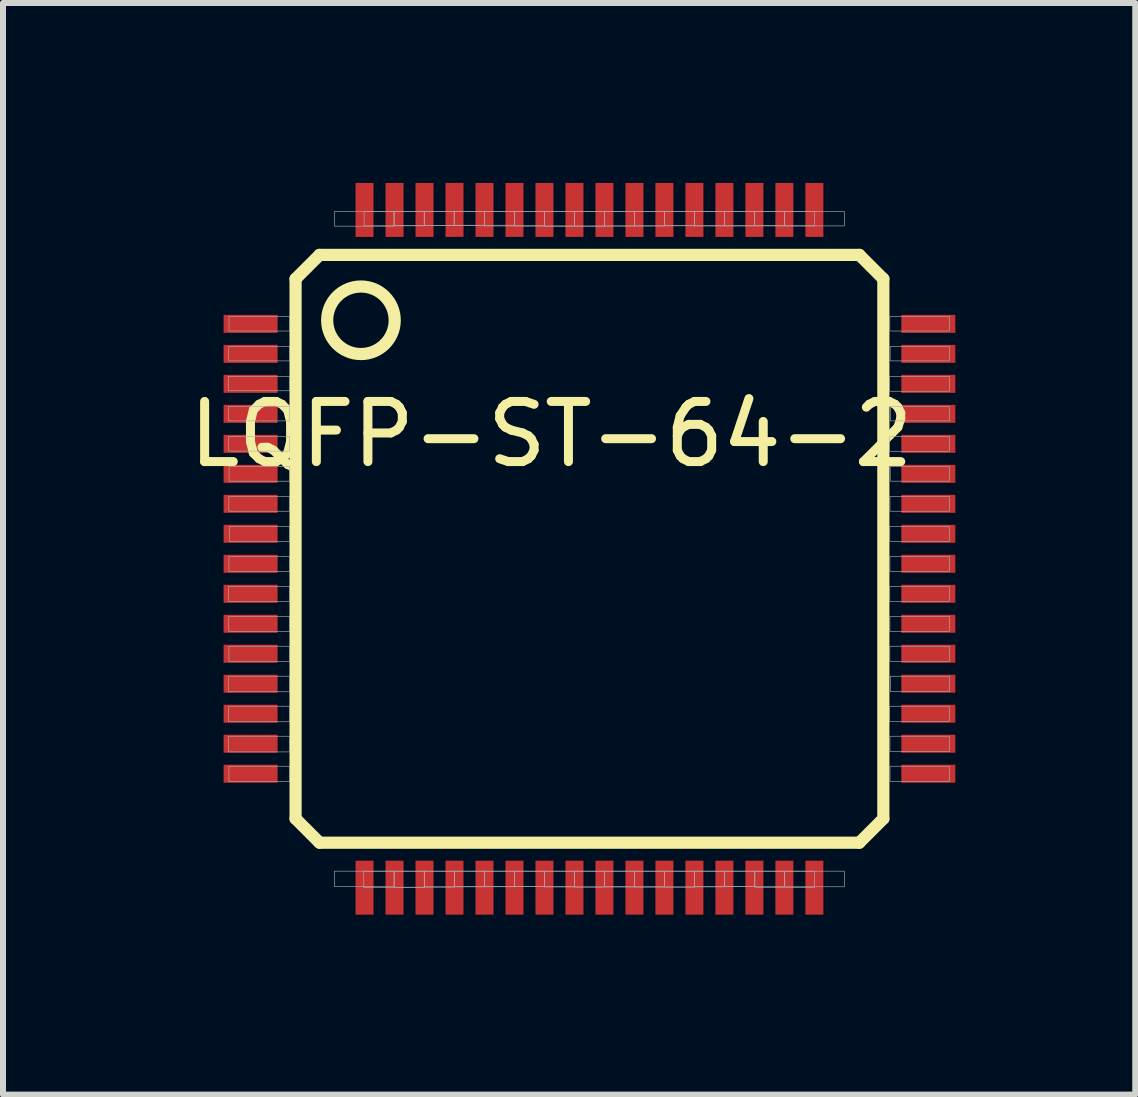
<source format=kicad_pcb>
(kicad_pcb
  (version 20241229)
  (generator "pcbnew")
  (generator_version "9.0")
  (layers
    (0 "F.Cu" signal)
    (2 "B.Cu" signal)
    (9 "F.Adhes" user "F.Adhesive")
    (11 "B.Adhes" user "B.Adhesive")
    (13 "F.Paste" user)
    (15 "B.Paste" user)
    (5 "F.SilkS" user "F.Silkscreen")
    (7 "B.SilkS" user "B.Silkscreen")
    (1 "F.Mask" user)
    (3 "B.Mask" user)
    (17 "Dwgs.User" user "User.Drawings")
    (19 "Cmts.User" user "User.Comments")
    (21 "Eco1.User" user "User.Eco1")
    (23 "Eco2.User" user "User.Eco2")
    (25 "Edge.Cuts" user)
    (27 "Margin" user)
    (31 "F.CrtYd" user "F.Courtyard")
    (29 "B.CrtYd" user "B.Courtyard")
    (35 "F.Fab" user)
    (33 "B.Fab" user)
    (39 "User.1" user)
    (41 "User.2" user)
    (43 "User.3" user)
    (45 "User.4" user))
  (footprint "LQFP-ST-64-2"
    (layer "F.Cu")
    (at 6.778 6.1)
    (property "Reference" "LQFP-ST-64-2" (at -0.637 -1.91 0) (layer "F.SilkS") (effects (font (size 1.003 1.003) (thickness 0.15))))
    (attr smd)
    (fp_line (start -4.9 -4.5) (end -4.5 -4.9) (stroke (width 0.203) (type solid)) (layer "F.SilkS"))
    (fp_line (start -4.9 4.5) (end -4.9 -4.5) (stroke (width 0.203) (type solid)) (layer "F.SilkS"))
    (fp_line (start -4.5 -4.9) (end 4.5 -4.9) (stroke (width 0.203) (type solid)) (layer "F.SilkS"))
    (fp_line (start -4.5 4.9) (end -4.9 4.5) (stroke (width 0.203) (type solid)) (layer "F.SilkS"))
    (fp_line (start 4.5 -4.9) (end 4.9 -4.5) (stroke (width 0.203) (type solid)) (layer "F.SilkS"))
    (fp_line (start 4.5 4.9) (end -4.5 4.9) (stroke (width 0.203) (type solid)) (layer "F.SilkS"))
    (fp_line (start 4.9 -4.5) (end 4.9 4.5) (stroke (width 0.203) (type solid)) (layer "F.SilkS"))
    (fp_line (start 4.9 4.5) (end 4.5 4.9) (stroke (width 0.203) (type solid)) (layer "F.SilkS"))
    (fp_circle (center -3.81 -3.81) (end -3.247 -3.81) (stroke (width 0.203) (type solid)) (fill no) (layer "F.SilkS"))
    (fp_poly (pts (xy -6.023 2.125) (xy -5 2.125) (xy -5 2.384) (xy -6.023 2.384)) (stroke (width 0.01) (type solid)) (fill no) (layer "F.Fab"))
    (fp_poly (pts (xy -6.022 -2.875) (xy -5 -2.875) (xy -5 -2.635) (xy -6.022 -2.635)) (stroke (width 0.01) (type solid)) (fill no) (layer "F.Fab"))
    (fp_poly (pts (xy -6.021 0.625) (xy -5 0.625) (xy -5 0.878) (xy -6.021 0.878)) (stroke (width 0.01) (type solid)) (fill no) (layer "F.Fab"))
    (fp_poly (pts (xy -6.02 -2.375) (xy -5 -2.375) (xy -5 -2.132) (xy -6.02 -2.132)) (stroke (width 0.01) (type solid)) (fill no) (layer "F.Fab"))
    (fp_poly (pts (xy -6.019 3.125) (xy -5 3.125) (xy -5 3.386) (xy -6.019 3.386)) (stroke (width 0.01) (type solid)) (fill no) (layer "F.Fab"))
    (fp_poly (pts (xy -6.018 2.625) (xy -5 2.625) (xy -5 2.884) (xy -6.018 2.884)) (stroke (width 0.01) (type solid)) (fill no) (layer "F.Fab"))
    (fp_poly (pts (xy -6.015 -3.375) (xy -5 -3.375) (xy -5 -3.133) (xy -6.015 -3.133)) (stroke (width 0.01) (type solid)) (fill no) (layer "F.Fab"))
    (fp_poly (pts (xy -6.014 1.125) (xy -5 1.125) (xy -5 1.378) (xy -6.014 1.378)) (stroke (width 0.01) (type solid)) (fill no) (layer "F.Fab"))
    (fp_poly (pts (xy -6.014 -1.875) (xy -5 -1.875) (xy -5 -1.629) (xy -6.014 -1.629)) (stroke (width 0.01) (type solid)) (fill no) (layer "F.Fab"))
    (fp_poly (pts (xy -6.012 -0.875) (xy -5 -0.875) (xy -5 -0.626) (xy -6.012 -0.626)) (stroke (width 0.01) (type solid)) (fill no) (layer "F.Fab"))
    (fp_poly (pts (xy -6.011 0.125) (xy -5 0.125) (xy -5 0.376) (xy -6.011 0.376)) (stroke (width 0.01) (type solid)) (fill no) (layer "F.Fab"))
    (fp_poly (pts (xy -6.011 3.625) (xy -5 3.625) (xy -5 3.882) (xy -6.011 3.882)) (stroke (width 0.01) (type solid)) (fill no) (layer "F.Fab"))
    (fp_poly (pts (xy -6.011 1.625) (xy -5 1.625) (xy -5 1.878) (xy -6.011 1.878)) (stroke (width 0.01) (type solid)) (fill no) (layer "F.Fab"))
    (fp_poly (pts (xy -6.01 -3.875) (xy -5 -3.875) (xy -5 -3.631) (xy -6.01 -3.631)) (stroke (width 0.01) (type solid)) (fill no) (layer "F.Fab"))
    (fp_poly (pts (xy -6.009 -1.375) (xy -5 -1.375) (xy -5 -1.127) (xy -6.009 -1.127)) (stroke (width 0.01) (type solid)) (fill no) (layer "F.Fab"))
    (fp_poly (pts (xy -6.003 -0.375) (xy -5 -0.375) (xy -5 -0.125) (xy -6.003 -0.125)) (stroke (width 0.01) (type solid)) (fill no) (layer "F.Fab"))
    (fp_poly (pts (xy -4.254 5.375) (xy -3.25 5.375) (xy -3.25 5.631) (xy -4.254 5.631)) (stroke (width 0.01) (type solid)) (fill no) (layer "F.Fab"))
    (fp_poly (pts (xy -4.253 -5.625) (xy -3.25 -5.625) (xy -3.25 -5.379) (xy -4.253 -5.379)) (stroke (width 0.01) (type solid)) (fill no) (layer "F.Fab"))
    (fp_poly (pts (xy -3.763 5.375) (xy -2.75 5.375) (xy -2.75 5.645) (xy -3.763 5.645)) (stroke (width 0.01) (type solid)) (fill no) (layer "F.Fab"))
    (fp_poly (pts (xy -3.757 -5.625) (xy -2.75 -5.625) (xy -2.75 -5.385) (xy -3.757 -5.385)) (stroke (width 0.01) (type solid)) (fill no) (layer "F.Fab"))
    (fp_poly (pts (xy -3.262 -5.625) (xy -2.25 -5.625) (xy -2.25 -5.394) (xy -3.262 -5.394)) (stroke (width 0.01) (type solid)) (fill no) (layer "F.Fab"))
    (fp_poly (pts (xy -3.26 5.375) (xy -2.25 5.375) (xy -2.25 5.642) (xy -3.26 5.642)) (stroke (width 0.01) (type solid)) (fill no) (layer "F.Fab"))
    (fp_poly (pts (xy -2.756 -5.625) (xy -1.75 -5.625) (xy -1.75 -5.388) (xy -2.756 -5.388)) (stroke (width 0.01) (type solid)) (fill no) (layer "F.Fab"))
    (fp_poly (pts (xy -2.755 5.375) (xy -1.75 5.375) (xy -1.75 5.635) (xy -2.755 5.635)) (stroke (width 0.01) (type solid)) (fill no) (layer "F.Fab"))
    (fp_poly (pts (xy -2.258 -5.625) (xy -1.25 -5.625) (xy -1.25 -5.395) (xy -2.258 -5.395)) (stroke (width 0.01) (type solid)) (fill no) (layer "F.Fab"))
    (fp_poly (pts (xy -2.254 5.375) (xy -1.25 5.375) (xy -1.25 5.635) (xy -2.254 5.635)) (stroke (width 0.01) (type solid)) (fill no) (layer "F.Fab"))
    (fp_poly (pts (xy -1.753 -5.625) (xy -0.75 -5.625) (xy -0.75 -5.383) (xy -1.753 -5.383)) (stroke (width 0.01) (type solid)) (fill no) (layer "F.Fab"))
    (fp_poly (pts (xy -1.753 5.375) (xy -0.75 5.375) (xy -0.75 5.633) (xy -1.753 5.633)) (stroke (width 0.01) (type solid)) (fill no) (layer "F.Fab"))
    (fp_poly (pts (xy -1.252 -5.625) (xy -0.25 -5.625) (xy -0.25 -5.383) (xy -1.252 -5.383)) (stroke (width 0.01) (type solid)) (fill no) (layer "F.Fab"))
    (fp_poly (pts (xy -1.251 5.375) (xy -0.25 5.375) (xy -0.25 5.629) (xy -1.251 5.629)) (stroke (width 0.01) (type solid)) (fill no) (layer "F.Fab"))
    (fp_poly (pts (xy -0.752 5.375) (xy 0.25 5.375) (xy 0.25 5.638) (xy -0.752 5.638)) (stroke (width 0.01) (type solid)) (fill no) (layer "F.Fab"))
    (fp_poly (pts (xy -0.75 -5.625) (xy 0.25 -5.625) (xy 0.25 -5.378) (xy -0.75 -5.378)) (stroke (width 0.01) (type solid)) (fill no) (layer "F.Fab"))
    (fp_poly (pts (xy -0.251 5.375) (xy 0.75 5.375) (xy 0.75 5.639) (xy -0.251 5.639)) (stroke (width 0.01) (type solid)) (fill no) (layer "F.Fab"))
    (fp_poly (pts (xy -0.25 -5.625) (xy 0.75 -5.625) (xy 0.75 -5.382) (xy -0.25 -5.382)) (stroke (width 0.01) (type solid)) (fill no) (layer "F.Fab"))
    (fp_poly (pts (xy 0.25 -5.625) (xy 1.25 -5.625) (xy 1.25 -5.381) (xy 0.25 -5.381)) (stroke (width 0.01) (type solid)) (fill no) (layer "F.Fab"))
    (fp_poly (pts (xy 0.25 5.375) (xy 1.25 5.375) (xy 1.25 5.631) (xy 0.25 5.631)) (stroke (width 0.01) (type solid)) (fill no) (layer "F.Fab"))
    (fp_poly (pts (xy 0.751 -5.625) (xy 1.75 -5.625) (xy 1.75 -5.385) (xy 0.751 -5.385)) (stroke (width 0.01) (type solid)) (fill no) (layer "F.Fab"))
    (fp_poly (pts (xy 0.752 5.375) (xy 1.75 5.375) (xy 1.75 5.642) (xy 0.752 5.642)) (stroke (width 0.01) (type solid)) (fill no) (layer "F.Fab"))
    (fp_poly (pts (xy 1.253 -5.625) (xy 2.25 -5.625) (xy 2.25 -5.387) (xy 1.253 -5.387)) (stroke (width 0.01) (type solid)) (fill no) (layer "F.Fab"))
    (fp_poly (pts (xy 1.253 5.375) (xy 2.25 5.375) (xy 2.25 5.637) (xy 1.253 5.637)) (stroke (width 0.01) (type solid)) (fill no) (layer "F.Fab"))
    (fp_poly (pts (xy 1.751 5.375) (xy 2.75 5.375) (xy 2.75 5.63) (xy 1.751 5.63)) (stroke (width 0.01) (type solid)) (fill no) (layer "F.Fab"))
    (fp_poly (pts (xy 1.752 -5.625) (xy 2.75 -5.625) (xy 2.75 -5.381) (xy 1.752 -5.381)) (stroke (width 0.01) (type solid)) (fill no) (layer "F.Fab"))
    (fp_poly (pts (xy 2.253 5.375) (xy 3.25 5.375) (xy 3.25 5.633) (xy 2.253 5.633)) (stroke (width 0.01) (type solid)) (fill no) (layer "F.Fab"))
    (fp_poly (pts (xy 2.255 -5.625) (xy 3.25 -5.625) (xy 3.25 -5.388) (xy 2.255 -5.388)) (stroke (width 0.01) (type solid)) (fill no) (layer "F.Fab"))
    (fp_poly (pts (xy 2.754 -5.625) (xy 3.75 -5.625) (xy 3.75 -5.383) (xy 2.754 -5.383)) (stroke (width 0.01) (type solid)) (fill no) (layer "F.Fab"))
    (fp_poly (pts (xy 2.759 5.375) (xy 3.75 5.375) (xy 3.75 5.644) (xy 2.759 5.644)) (stroke (width 0.01) (type solid)) (fill no) (layer "F.Fab"))
    (fp_poly (pts (xy 3.256 -5.625) (xy 4.25 -5.625) (xy 4.25 -5.384) (xy 3.256 -5.384)) (stroke (width 0.01) (type solid)) (fill no) (layer "F.Fab"))
    (fp_poly (pts (xy 3.256 5.375) (xy 4.25 5.375) (xy 4.25 5.635) (xy 3.256 5.635)) (stroke (width 0.01) (type solid)) (fill no) (layer "F.Fab"))
    (fp_poly (pts (xy 5.003 -2.875) (xy 6 -2.875) (xy 6 -2.627) (xy 5.003 -2.627)) (stroke (width 0.01) (type solid)) (fill no) (layer "F.Fab"))
    (fp_poly (pts (xy 5.005 -1.875) (xy 6 -1.875) (xy 6 -1.626) (xy 5.005 -1.626)) (stroke (width 0.01) (type solid)) (fill no) (layer "F.Fab"))
    (fp_poly (pts (xy 5.005 2.625) (xy 6 2.625) (xy 6 2.878) (xy 5.005 2.878)) (stroke (width 0.01) (type solid)) (fill no) (layer "F.Fab"))
    (fp_poly (pts (xy 5.007 0.625) (xy 6 0.625) (xy 6 0.876) (xy 5.007 0.876)) (stroke (width 0.01) (type solid)) (fill no) (layer "F.Fab"))
    (fp_poly (pts (xy 5.007 -0.375) (xy 6 -0.375) (xy 6 -0.125) (xy 5.007 -0.125)) (stroke (width 0.01) (type solid)) (fill no) (layer "F.Fab"))
    (fp_poly (pts (xy 5.008 -3.875) (xy 6 -3.875) (xy 6 -3.631) (xy 5.008 -3.631)) (stroke (width 0.01) (type solid)) (fill no) (layer "F.Fab"))
    (fp_poly (pts (xy 5.008 1.625) (xy 6 1.625) (xy 6 1.878) (xy 5.008 1.878)) (stroke (width 0.01) (type solid)) (fill no) (layer "F.Fab"))
    (fp_poly (pts (xy 5.009 1.125) (xy 6 1.125) (xy 6 1.378) (xy 5.009 1.378)) (stroke (width 0.01) (type solid)) (fill no) (layer "F.Fab"))
    (fp_poly (pts (xy 5.01 -0.875) (xy 6 -0.875) (xy 6 -0.626) (xy 5.01 -0.626)) (stroke (width 0.01) (type solid)) (fill no) (layer "F.Fab"))
    (fp_poly (pts (xy 5.01 0.125) (xy 6 0.125) (xy 6 0.376) (xy 5.01 0.376)) (stroke (width 0.01) (type solid)) (fill no) (layer "F.Fab"))
    (fp_poly (pts (xy 5.01 3.125) (xy 6 3.125) (xy 6 3.382) (xy 5.01 3.382)) (stroke (width 0.01) (type solid)) (fill no) (layer "F.Fab"))
    (fp_poly (pts (xy 5.011 3.625) (xy 6 3.625) (xy 6 3.883) (xy 5.011 3.883)) (stroke (width 0.01) (type solid)) (fill no) (layer "F.Fab"))
    (fp_poly (pts (xy 5.013 -3.375) (xy 6 -3.375) (xy 6 -3.133) (xy 5.013 -3.133)) (stroke (width 0.01) (type solid)) (fill no) (layer "F.Fab"))
    (fp_poly (pts (xy 5.014 -1.375) (xy 6 -1.375) (xy 6 -1.128) (xy 5.014 -1.128)) (stroke (width 0.01) (type solid)) (fill no) (layer "F.Fab"))
    (fp_poly (pts (xy 5.016 -2.375) (xy 6 -2.375) (xy 6 -2.132) (xy 5.016 -2.132)) (stroke (width 0.01) (type solid)) (fill no) (layer "F.Fab"))
    (fp_poly (pts (xy 5.016 2.125) (xy 6 2.125) (xy 6 2.383) (xy 5.016 2.383)) (stroke (width 0.01) (type solid)) (fill no) (layer "F.Fab"))
    (pad "1" smd rect (at -5.65 -3.75) (size 0.9 0.3) (layers "F.Cu" "F.Mask" "F.Paste"))
    (pad "2" smd rect (at -5.65 -3.25) (size 0.9 0.3) (layers "F.Cu" "F.Mask" "F.Paste"))
    (pad "3" smd rect (at -5.65 -2.75) (size 0.9 0.3) (layers "F.Cu" "F.Mask" "F.Paste"))
    (pad "4" smd rect (at -5.65 -2.25) (size 0.9 0.3) (layers "F.Cu" "F.Mask" "F.Paste"))
    (pad "5" smd rect (at -5.65 -1.75) (size 0.9 0.3) (layers "F.Cu" "F.Mask" "F.Paste"))
    (pad "6" smd rect (at -5.65 -1.25) (size 0.9 0.3) (layers "F.Cu" "F.Mask" "F.Paste"))
    (pad "7" smd rect (at -5.65 -0.75) (size 0.9 0.3) (layers "F.Cu" "F.Mask" "F.Paste"))
    (pad "8" smd rect (at -5.65 -0.25) (size 0.9 0.3) (layers "F.Cu" "F.Mask" "F.Paste"))
    (pad "9" smd rect (at -5.65 0.25) (size 0.9 0.3) (layers "F.Cu" "F.Mask" "F.Paste"))
    (pad "10" smd rect (at -5.65 0.75) (size 0.9 0.3) (layers "F.Cu" "F.Mask" "F.Paste"))
    (pad "11" smd rect (at -5.65 1.25) (size 0.9 0.3) (layers "F.Cu" "F.Mask" "F.Paste"))
    (pad "12" smd rect (at -5.65 1.75) (size 0.9 0.3) (layers "F.Cu" "F.Mask" "F.Paste"))
    (pad "13" smd rect (at -5.65 2.25) (size 0.9 0.3) (layers "F.Cu" "F.Mask" "F.Paste"))
    (pad "14" smd rect (at -5.65 2.75) (size 0.9 0.3) (layers "F.Cu" "F.Mask" "F.Paste"))
    (pad "15" smd rect (at -5.65 3.25) (size 0.9 0.3) (layers "F.Cu" "F.Mask" "F.Paste"))
    (pad "16" smd rect (at -5.65 3.75) (size 0.9 0.3) (layers "F.Cu" "F.Mask" "F.Paste"))
    (pad "17" smd rect (at -3.75 5.65 90) (size 0.9 0.3) (layers "F.Cu" "F.Mask" "F.Paste"))
    (pad "18" smd rect (at -3.25 5.65 90) (size 0.9 0.3) (layers "F.Cu" "F.Mask" "F.Paste"))
    (pad "19" smd rect (at -2.75 5.65 90) (size 0.9 0.3) (layers "F.Cu" "F.Mask" "F.Paste"))
    (pad "20" smd rect (at -2.25 5.65 90) (size 0.9 0.3) (layers "F.Cu" "F.Mask" "F.Paste"))
    (pad "21" smd rect (at -1.75 5.65 90) (size 0.9 0.3) (layers "F.Cu" "F.Mask" "F.Paste"))
    (pad "22" smd rect (at -1.25 5.65 90) (size 0.9 0.3) (layers "F.Cu" "F.Mask" "F.Paste"))
    (pad "23" smd rect (at -0.75 5.65 90) (size 0.9 0.3) (layers "F.Cu" "F.Mask" "F.Paste"))
    (pad "24" smd rect (at -0.25 5.65 90) (size 0.9 0.3) (layers "F.Cu" "F.Mask" "F.Paste"))
    (pad "25" smd rect (at 0.25 5.65 90) (size 0.9 0.3) (layers "F.Cu" "F.Mask" "F.Paste"))
    (pad "26" smd rect (at 0.75 5.65 90) (size 0.9 0.3) (layers "F.Cu" "F.Mask" "F.Paste"))
    (pad "27" smd rect (at 1.25 5.65 90) (size 0.9 0.3) (layers "F.Cu" "F.Mask" "F.Paste"))
    (pad "28" smd rect (at 1.75 5.65 90) (size 0.9 0.3) (layers "F.Cu" "F.Mask" "F.Paste"))
    (pad "29" smd rect (at 2.25 5.65 90) (size 0.9 0.3) (layers "F.Cu" "F.Mask" "F.Paste"))
    (pad "30" smd rect (at 2.75 5.65 90) (size 0.9 0.3) (layers "F.Cu" "F.Mask" "F.Paste"))
    (pad "31" smd rect (at 3.25 5.65 90) (size 0.9 0.3) (layers "F.Cu" "F.Mask" "F.Paste"))
    (pad "32" smd rect (at 3.75 5.65 90) (size 0.9 0.3) (layers "F.Cu" "F.Mask" "F.Paste"))
    (pad "33" smd rect (at 5.65 3.75 180) (size 0.9 0.3) (layers "F.Cu" "F.Mask" "F.Paste"))
    (pad "34" smd rect (at 5.65 3.25 180) (size 0.9 0.3) (layers "F.Cu" "F.Mask" "F.Paste"))
    (pad "35" smd rect (at 5.65 2.75 180) (size 0.9 0.3) (layers "F.Cu" "F.Mask" "F.Paste"))
    (pad "36" smd rect (at 5.65 2.25 180) (size 0.9 0.3) (layers "F.Cu" "F.Mask" "F.Paste"))
    (pad "37" smd rect (at 5.65 1.75 180) (size 0.9 0.3) (layers "F.Cu" "F.Mask" "F.Paste"))
    (pad "38" smd rect (at 5.65 1.25 180) (size 0.9 0.3) (layers "F.Cu" "F.Mask" "F.Paste"))
    (pad "39" smd rect (at 5.65 0.75 180) (size 0.9 0.3) (layers "F.Cu" "F.Mask" "F.Paste"))
    (pad "40" smd rect (at 5.65 0.25 180) (size 0.9 0.3) (layers "F.Cu" "F.Mask" "F.Paste"))
    (pad "41" smd rect (at 5.65 -0.25 180) (size 0.9 0.3) (layers "F.Cu" "F.Mask" "F.Paste"))
    (pad "42" smd rect (at 5.65 -0.75 180) (size 0.9 0.3) (layers "F.Cu" "F.Mask" "F.Paste"))
    (pad "43" smd rect (at 5.65 -1.25 180) (size 0.9 0.3) (layers "F.Cu" "F.Mask" "F.Paste"))
    (pad "44" smd rect (at 5.65 -1.75 180) (size 0.9 0.3) (layers "F.Cu" "F.Mask" "F.Paste"))
    (pad "45" smd rect (at 5.65 -2.25 180) (size 0.9 0.3) (layers "F.Cu" "F.Mask" "F.Paste"))
    (pad "46" smd rect (at 5.65 -2.75 180) (size 0.9 0.3) (layers "F.Cu" "F.Mask" "F.Paste"))
    (pad "47" smd rect (at 5.65 -3.25 180) (size 0.9 0.3) (layers "F.Cu" "F.Mask" "F.Paste"))
    (pad "48" smd rect (at 5.65 -3.75 180) (size 0.9 0.3) (layers "F.Cu" "F.Mask" "F.Paste"))
    (pad "49" smd rect (at 3.75 -5.65 270) (size 0.9 0.3) (layers "F.Cu" "F.Mask" "F.Paste"))
    (pad "50" smd rect (at 3.25 -5.65 270) (size 0.9 0.3) (layers "F.Cu" "F.Mask" "F.Paste"))
    (pad "51" smd rect (at 2.75 -5.65 270) (size 0.9 0.3) (layers "F.Cu" "F.Mask" "F.Paste"))
    (pad "52" smd rect (at 2.25 -5.65 270) (size 0.9 0.3) (layers "F.Cu" "F.Mask" "F.Paste"))
    (pad "53" smd rect (at 1.75 -5.65 270) (size 0.9 0.3) (layers "F.Cu" "F.Mask" "F.Paste"))
    (pad "54" smd rect (at 1.25 -5.65 270) (size 0.9 0.3) (layers "F.Cu" "F.Mask" "F.Paste"))
    (pad "55" smd rect (at 0.75 -5.65 270) (size 0.9 0.3) (layers "F.Cu" "F.Mask" "F.Paste"))
    (pad "56" smd rect (at 0.25 -5.65 270) (size 0.9 0.3) (layers "F.Cu" "F.Mask" "F.Paste"))
    (pad "57" smd rect (at -0.25 -5.65 270) (size 0.9 0.3) (layers "F.Cu" "F.Mask" "F.Paste"))
    (pad "58" smd rect (at -0.75 -5.65 270) (size 0.9 0.3) (layers "F.Cu" "F.Mask" "F.Paste"))
    (pad "59" smd rect (at -1.25 -5.65 270) (size 0.9 0.3) (layers "F.Cu" "F.Mask" "F.Paste"))
    (pad "60" smd rect (at -1.75 -5.65 270) (size 0.9 0.3) (layers "F.Cu" "F.Mask" "F.Paste"))
    (pad "61" smd rect (at -2.25 -5.65 270) (size 0.9 0.3) (layers "F.Cu" "F.Mask" "F.Paste"))
    (pad "62" smd rect (at -2.75 -5.65 270) (size 0.9 0.3) (layers "F.Cu" "F.Mask" "F.Paste"))
    (pad "63" smd rect (at -3.25 -5.65 270) (size 0.9 0.3) (layers "F.Cu" "F.Mask" "F.Paste"))
    (pad "64" smd rect (at -3.75 -5.65 270) (size 0.9 0.3) (layers "F.Cu" "F.Mask" "F.Paste")))
  (gr_rect
    (start -3 -3)
    (end 15.878 15.2)
    (stroke (width 0.1) (type default))
    (fill no)
    (layer "Edge.Cuts")))
</source>
